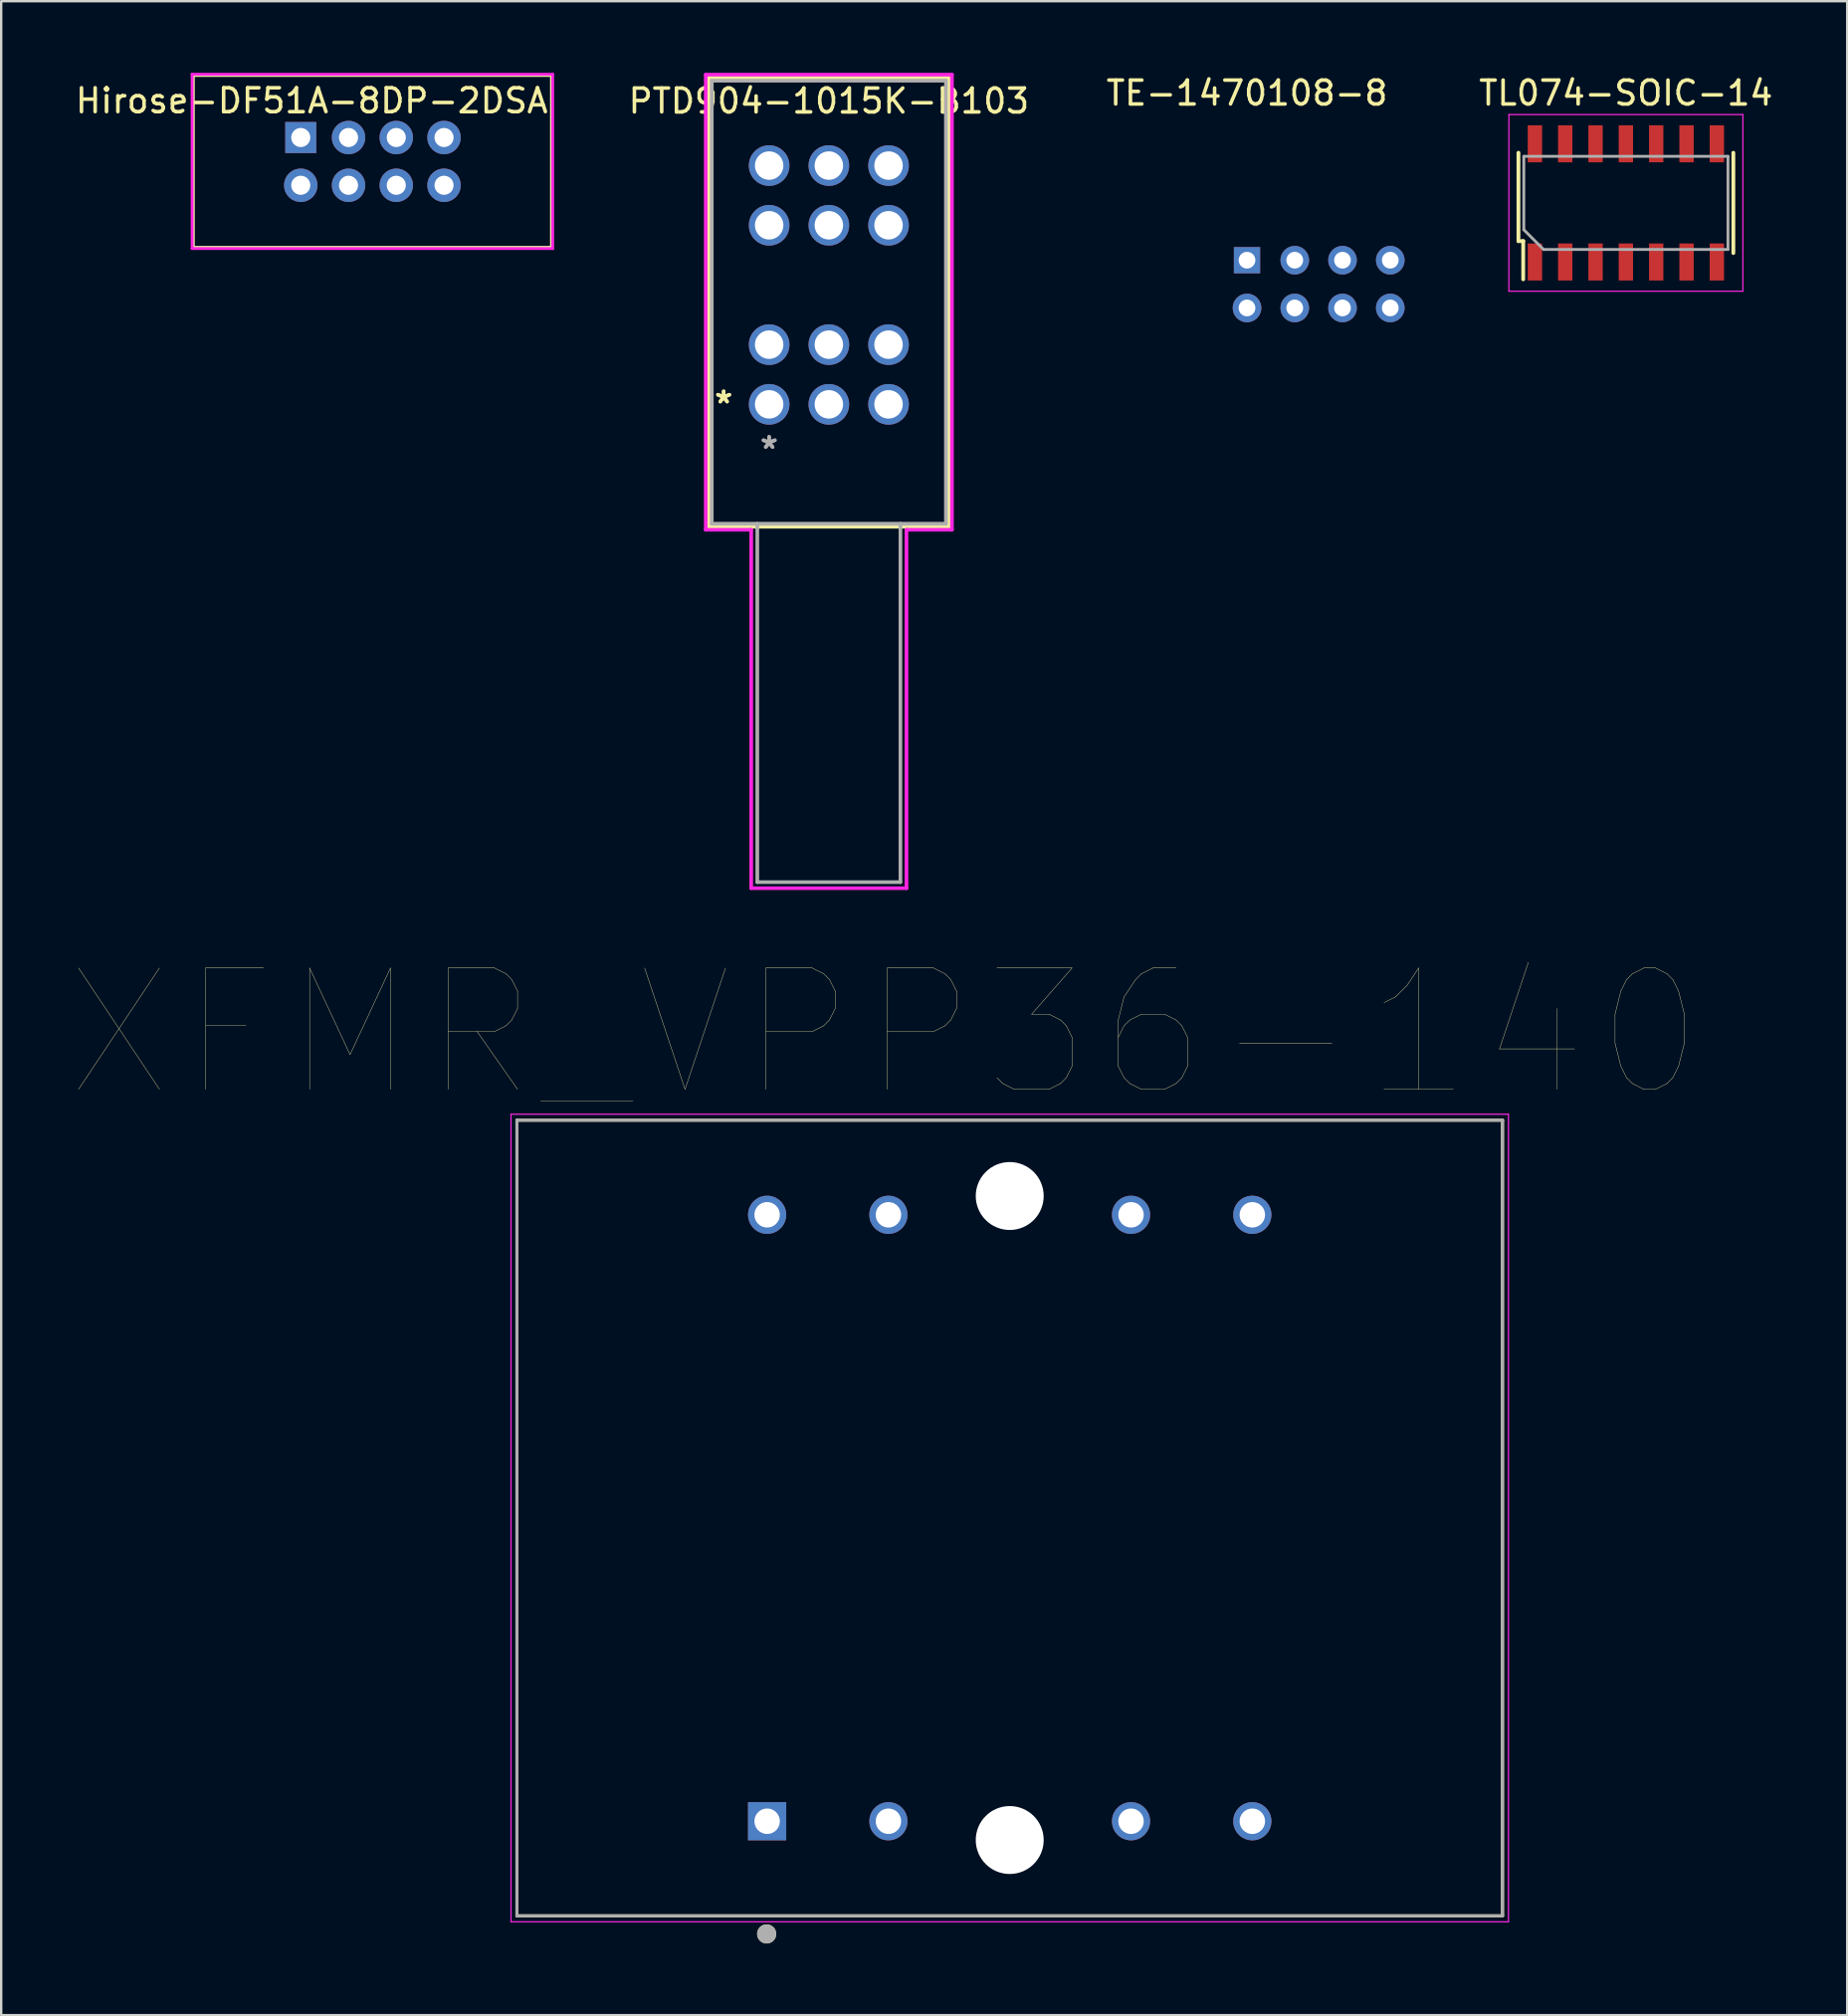
<source format=kicad_pcb>
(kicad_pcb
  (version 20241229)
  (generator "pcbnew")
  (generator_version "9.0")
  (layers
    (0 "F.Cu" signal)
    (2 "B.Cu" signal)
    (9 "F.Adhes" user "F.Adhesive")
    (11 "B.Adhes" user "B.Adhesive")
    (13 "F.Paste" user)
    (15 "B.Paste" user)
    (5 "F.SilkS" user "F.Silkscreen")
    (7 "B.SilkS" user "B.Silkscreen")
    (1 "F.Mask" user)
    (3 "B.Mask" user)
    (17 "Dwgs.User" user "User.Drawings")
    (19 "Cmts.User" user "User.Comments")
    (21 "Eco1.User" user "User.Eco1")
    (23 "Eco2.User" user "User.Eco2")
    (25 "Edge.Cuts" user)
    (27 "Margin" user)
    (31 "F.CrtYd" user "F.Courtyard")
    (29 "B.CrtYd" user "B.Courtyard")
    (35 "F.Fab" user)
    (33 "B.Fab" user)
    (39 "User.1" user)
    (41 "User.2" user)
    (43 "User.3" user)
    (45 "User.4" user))
  (footprint "XFMR_VPP36-140"
    (layer "F.Cu")
    (at 39.237 60.53)
    (property "Reference" "XFMR_VPP36-140" (at -5.251 -20.306 0) (layer "F.SilkS") (effects (font (size 5.08 5.08) (thickness 0.015))))
    (attr through_hole)
    (fp_line (start -20.637 -16.662) (end 20.637 -16.662) (stroke (width 0.127) (type solid)) (layer "F.SilkS"))
    (fp_line (start -20.637 16.662) (end -20.637 -16.662) (stroke (width 0.127) (type solid)) (layer "F.SilkS"))
    (fp_line (start 20.637 -16.662) (end 20.637 16.662) (stroke (width 0.127) (type solid)) (layer "F.SilkS"))
    (fp_line (start 20.637 16.662) (end -20.637 16.662) (stroke (width 0.127) (type solid)) (layer "F.SilkS"))
    (fp_circle (center -10.18 17.42) (end -9.98 17.42) (stroke (width 0.4) (type solid)) (fill no) (layer "F.SilkS"))
    (fp_line (start -20.887 -16.912) (end 20.887 -16.912) (stroke (width 0.05) (type solid)) (layer "F.CrtYd"))
    (fp_line (start -20.887 16.912) (end -20.887 -16.912) (stroke (width 0.05) (type solid)) (layer "F.CrtYd"))
    (fp_line (start 20.887 -16.912) (end 20.887 16.912) (stroke (width 0.05) (type solid)) (layer "F.CrtYd"))
    (fp_line (start 20.887 16.912) (end -20.887 16.912) (stroke (width 0.05) (type solid)) (layer "F.CrtYd"))
    (fp_line (start -20.637 -16.662) (end 20.637 -16.662) (stroke (width 0.127) (type solid)) (layer "F.Fab"))
    (fp_line (start -20.637 16.662) (end -20.637 -16.662) (stroke (width 0.127) (type solid)) (layer "F.Fab"))
    (fp_line (start 20.637 -16.662) (end 20.637 16.662) (stroke (width 0.127) (type solid)) (layer "F.Fab"))
    (fp_line (start 20.637 16.662) (end -20.637 16.662) (stroke (width 0.127) (type solid)) (layer "F.Fab"))
    (fp_circle (center -10.18 17.42) (end -9.98 17.42) (stroke (width 0.4) (type solid)) (fill no) (layer "F.Fab"))
    (pad "" np_thru_hole circle (at 0 -13.487) (size 2.845 2.845) (drill 2.845) (layers "*.Cu" "*.Mask"))
    (pad "" np_thru_hole circle (at 0 13.487) (size 2.845 2.845) (drill 2.845) (layers "*.Cu" "*.Mask"))
    (pad "1" thru_hole rect (at -10.16 12.7) (size 1.6 1.6) (drill 1.067) (layers "*.Cu" "*.Mask"))
    (pad "3" thru_hole circle (at -5.08 12.7) (size 1.6 1.6) (drill 1.067) (layers "*.Cu" "*.Mask"))
    (pad "4" thru_hole circle (at 5.08 12.7) (size 1.6 1.6) (drill 1.067) (layers "*.Cu" "*.Mask"))
    (pad "6" thru_hole circle (at 10.16 12.7) (size 1.6 1.6) (drill 1.067) (layers "*.Cu" "*.Mask"))
    (pad "7" thru_hole circle (at -10.16 -12.7) (size 1.6 1.6) (drill 1.067) (layers "*.Cu" "*.Mask"))
    (pad "9" thru_hole circle (at -5.08 -12.7) (size 1.6 1.6) (drill 1.067) (layers "*.Cu" "*.Mask"))
    (pad "10" thru_hole circle (at 5.08 -12.7) (size 1.6 1.6) (drill 1.067) (layers "*.Cu" "*.Mask"))
    (pad "12" thru_hole circle (at 10.16 -12.7) (size 1.6 1.6) (drill 1.067) (layers "*.Cu" "*.Mask")))
  (footprint "PTD904-1015K-B103"
    (layer "F.Cu")
    (at 29.162 3.885)
    (property "Reference" "PTD904-1015K-B103" (at 2.5 -2.704 0) (layer "F.SilkS") (effects (font (size 1 1) (thickness 0.15))))
    (attr through_hole)
    (fp_line (start -2.529 -3.682) (end -2.529 15.127) (stroke (width 0.152) (type solid)) (layer "F.SilkS"))
    (fp_line (start -2.529 15.127) (end 7.529 15.127) (stroke (width 0.152) (type solid)) (layer "F.SilkS"))
    (fp_line (start 7.529 -3.682) (end -2.529 -3.682) (stroke (width 0.152) (type solid)) (layer "F.SilkS"))
    (fp_line (start 7.529 15.127) (end 7.529 -3.682) (stroke (width 0.152) (type solid)) (layer "F.SilkS"))
    (fp_line (start -2.656 -3.808) (end -2.656 15.254) (stroke (width 0.152) (type solid)) (layer "F.CrtYd"))
    (fp_line (start -2.656 15.254) (end -0.751 15.254) (stroke (width 0.152) (type solid)) (layer "F.CrtYd"))
    (fp_line (start -0.751 15.254) (end -0.751 30.266) (stroke (width 0.152) (type solid)) (layer "F.CrtYd"))
    (fp_line (start -0.751 30.266) (end 5.751 30.266) (stroke (width 0.152) (type solid)) (layer "F.CrtYd"))
    (fp_line (start 5.751 15.254) (end 7.656 15.254) (stroke (width 0.152) (type solid)) (layer "F.CrtYd"))
    (fp_line (start 5.751 30.266) (end 5.751 15.254) (stroke (width 0.152) (type solid)) (layer "F.CrtYd"))
    (fp_line (start 7.656 -3.808) (end -2.656 -3.808) (stroke (width 0.152) (type solid)) (layer "F.CrtYd"))
    (fp_line (start 7.656 15.254) (end 7.656 -3.808) (stroke (width 0.152) (type solid)) (layer "F.CrtYd"))
    (fp_line (start -2.402 -3.554) (end -2.402 15) (stroke (width 0.152) (type solid)) (layer "F.Fab"))
    (fp_line (start -2.402 15) (end 7.402 15) (stroke (width 0.152) (type solid)) (layer "F.Fab"))
    (fp_line (start -0.497 15) (end -0.497 30.012) (stroke (width 0.152) (type solid)) (layer "F.Fab"))
    (fp_line (start -0.497 30.012) (end 5.497 30.012) (stroke (width 0.152) (type solid)) (layer "F.Fab"))
    (fp_line (start 5.497 15) (end 5.497 30.012) (stroke (width 0.152) (type solid)) (layer "F.Fab"))
    (fp_line (start 7.402 -3.554) (end -2.402 -3.554) (stroke (width 0.152) (type solid)) (layer "F.Fab"))
    (fp_line (start 7.402 15) (end 7.402 -3.554) (stroke (width 0.152) (type solid)) (layer "F.Fab"))
    (fp_text user "*" (at -1.905 10 0) (layer "F.SilkS") (effects (font (size 1 1) (thickness 0.15))))
    (fp_text user "*" (at -1.905 10 0) (layer "F.SilkS") (effects (font (size 1 1) (thickness 0.15))))
    (fp_text user "Copyright 2016 Accelerated Designs. All rights reserved." (at 0 0 0) (layer "Cmts.User") (effects (font (size 0.127 0.127) (thickness 0.002))))
    (fp_text user "*" (at 0 11.905 0) (layer "F.Fab") (effects (font (size 1 1) (thickness 0.15))))
    (fp_text user "*" (at 0 11.905 0) (layer "F.Fab") (effects (font (size 1 1) (thickness 0.15))))
    (pad "R11" thru_hole circle (at 0 10) (size 1.702 1.702) (drill 1.194) (layers "*.Cu" "*.Mask"))
    (pad "R12" thru_hole circle (at 2.5 10) (size 1.702 1.702) (drill 1.194) (layers "*.Cu" "*.Mask"))
    (pad "R13" thru_hole circle (at 5 10) (size 1.702 1.702) (drill 1.194) (layers "*.Cu" "*.Mask"))
    (pad "R21" thru_hole circle (at 0 7.5) (size 1.702 1.702) (drill 1.194) (layers "*.Cu" "*.Mask"))
    (pad "R22" thru_hole circle (at 2.5 7.5) (size 1.702 1.702) (drill 1.194) (layers "*.Cu" "*.Mask"))
    (pad "R23" thru_hole circle (at 5 7.5) (size 1.702 1.702) (drill 1.194) (layers "*.Cu" "*.Mask"))
    (pad "R31" thru_hole circle (at 0 2.5) (size 1.702 1.702) (drill 1.194) (layers "*.Cu" "*.Mask"))
    (pad "R32" thru_hole circle (at 2.5 2.5) (size 1.702 1.702) (drill 1.194) (layers "*.Cu" "*.Mask"))
    (pad "R33" thru_hole circle (at 5 2.5) (size 1.702 1.702) (drill 1.194) (layers "*.Cu" "*.Mask"))
    (pad "R41" thru_hole circle (at 0 0) (size 1.702 1.702) (drill 1.194) (layers "*.Cu" "*.Mask"))
    (pad "R42" thru_hole circle (at 2.5 0) (size 1.702 1.702) (drill 1.194) (layers "*.Cu" "*.Mask"))
    (pad "R43" thru_hole circle (at 5 0) (size 1.702 1.702) (drill 1.194) (layers "*.Cu" "*.Mask")))
  (footprint "TE-1470108-8"
    (layer "F.Cu")
    (at 49.174 7.848)
    (property "Reference" "TE-1470108-8" (at 0 -7 0) (layer "F.SilkS") (effects (font (size 1 1) (thickness 0.15))))
    (attr through_hole)
    (pad "1" thru_hole rect (at 0 0) (size 1.1 1.1) (drill 0.7) (layers "*.Cu" "*.Mask"))
    (pad "2" thru_hole circle (at 0 2) (size 1.2 1.2) (drill 0.7) (layers "*.Cu" "*.Mask"))
    (pad "3" thru_hole circle (at 2 0) (size 1.2 1.2) (drill 0.7) (layers "*.Cu" "*.Mask"))
    (pad "4" thru_hole circle (at 2 2) (size 1.2 1.2) (drill 0.7) (layers "*.Cu" "*.Mask"))
    (pad "5" thru_hole circle (at 4 0) (size 1.2 1.2) (drill 0.7) (layers "*.Cu" "*.Mask"))
    (pad "6" thru_hole circle (at 4 2) (size 1.2 1.2) (drill 0.7) (layers "*.Cu" "*.Mask"))
    (pad "7" thru_hole circle (at 6 0) (size 1.2 1.2) (drill 0.7) (layers "*.Cu" "*.Mask"))
    (pad "8" thru_hole circle (at 6 2) (size 1.2 1.2) (drill 0.7) (layers "*.Cu" "*.Mask")))
  (footprint "TL074-SOIC-14"
    (layer "F.Cu")
    (at 65.042 5.448)
    (property "Reference" "TL074-SOIC-14" (at 0 -4.6 180) (layer "F.SilkS") (effects (font (size 1 1) (thickness 0.15))))
    (attr smd)
    (fp_line (start -4.5 -2.1) (end -4.5 1.6) (stroke (width 0.16) (type solid)) (layer "F.SilkS"))
    (fp_line (start -4.5 1.6) (end -4.3 1.6) (stroke (width 0.16) (type solid)) (layer "F.SilkS"))
    (fp_line (start -4.3 1.6) (end -4.3 3.2) (stroke (width 0.16) (type solid)) (layer "F.SilkS"))
    (fp_line (start 4.5 -2.1) (end 4.5 2.1) (stroke (width 0.16) (type solid)) (layer "F.SilkS"))
    (fp_line (start -4.9 -3.7) (end -4.9 3.7) (stroke (width 0.05) (type solid)) (layer "F.CrtYd"))
    (fp_line (start -4.9 3.7) (end 4.9 3.7) (stroke (width 0.05) (type solid)) (layer "F.CrtYd"))
    (fp_line (start 4.9 -3.7) (end -4.9 -3.7) (stroke (width 0.05) (type solid)) (layer "F.CrtYd"))
    (fp_line (start 4.9 3.7) (end 4.9 -3.7) (stroke (width 0.05) (type solid)) (layer "F.CrtYd"))
    (fp_line (start -4.275 -1.95) (end -4.275 1.125) (stroke (width 0.12) (type solid)) (layer "F.Fab"))
    (fp_line (start -4.275 -1.95) (end 4.275 -1.95) (stroke (width 0.12) (type solid)) (layer "F.Fab"))
    (fp_line (start -3.45 1.95) (end -4.275 1.125) (stroke (width 0.12) (type solid)) (layer "F.Fab"))
    (fp_line (start 4.275 -1.95) (end 4.275 1.95) (stroke (width 0.12) (type solid)) (layer "F.Fab"))
    (fp_line (start 4.275 1.95) (end -3.45 1.95) (stroke (width 0.12) (type solid)) (layer "F.Fab"))
    (pad "1" smd rect (at -3.81 2.475) (size 0.6 1.55) (layers "F.Cu" "F.Mask" "F.Paste"))
    (pad "2" smd rect (at -2.54 2.475) (size 0.6 1.55) (layers "F.Cu" "F.Mask" "F.Paste"))
    (pad "3" smd rect (at -1.27 2.475) (size 0.6 1.55) (layers "F.Cu" "F.Mask" "F.Paste"))
    (pad "4" smd rect (at 0 2.475) (size 0.6 1.55) (layers "F.Cu" "F.Mask" "F.Paste"))
    (pad "5" smd rect (at 1.27 2.475) (size 0.6 1.55) (layers "F.Cu" "F.Mask" "F.Paste"))
    (pad "6" smd rect (at 2.54 2.475) (size 0.6 1.55) (layers "F.Cu" "F.Mask" "F.Paste"))
    (pad "7" smd rect (at 3.81 2.475) (size 0.6 1.55) (layers "F.Cu" "F.Mask" "F.Paste"))
    (pad "8" smd rect (at 3.81 -2.475) (size 0.6 1.55) (layers "F.Cu" "F.Mask" "F.Paste"))
    (pad "9" smd rect (at 2.54 -2.475) (size 0.6 1.55) (layers "F.Cu" "F.Mask" "F.Paste"))
    (pad "10" smd rect (at 1.27 -2.475) (size 0.6 1.55) (layers "F.Cu" "F.Mask" "F.Paste"))
    (pad "11" smd rect (at 0 -2.475) (size 0.6 1.55) (layers "F.Cu" "F.Mask" "F.Paste"))
    (pad "12" smd rect (at -1.27 -2.475) (size 0.6 1.55) (layers "F.Cu" "F.Mask" "F.Paste"))
    (pad "13" smd rect (at -2.54 -2.475) (size 0.6 1.55) (layers "F.Cu" "F.Mask" "F.Paste"))
    (pad "14" smd rect (at -3.81 -2.475) (size 0.6 1.55) (layers "F.Cu" "F.Mask" "F.Paste")))
  (footprint "Hirose-DF51A-8DP-2DSA"
    (layer "F.Cu")
    (at 12.546 3.71)
    (property "Reference" "Hirose-DF51A-8DP-2DSA" (at -2.54 -2.54 0) (layer "F.SilkS") (effects (font (size 1 1) (thickness 0.15))))
    (attr through_hole)
    (fp_line (start -7.5 -3.6) (end 7.5 -3.6) (stroke (width 0.12) (type solid)) (layer "F.SilkS"))
    (fp_line (start -7.5 3.6) (end -7.5 -3.6) (stroke (width 0.12) (type solid)) (layer "F.SilkS"))
    (fp_line (start 7.5 -3.6) (end 7.5 3.6) (stroke (width 0.12) (type solid)) (layer "F.SilkS"))
    (fp_line (start 7.5 3.6) (end -7.5 3.6) (stroke (width 0.12) (type solid)) (layer "F.SilkS"))
    (fp_line (start -7.55 3.65) (end -7.55 -3.65) (stroke (width 0.12) (type solid)) (layer "F.CrtYd"))
    (fp_line (start -7.55 3.65) (end 7.55 3.65) (stroke (width 0.12) (type solid)) (layer "F.CrtYd"))
    (fp_line (start 7.55 -3.65) (end -7.55 -3.65) (stroke (width 0.12) (type solid)) (layer "F.CrtYd"))
    (fp_line (start 7.55 -3.65) (end 7.55 3.65) (stroke (width 0.12) (type solid)) (layer "F.CrtYd"))
    (pad "1" thru_hole rect (at -3 -1) (size 1.3 1.3) (drill 0.8) (layers "*.Cu" "*.Mask"))
    (pad "2" thru_hole circle (at -1 -1) (size 1.4 1.4) (drill 0.8) (layers "*.Cu" "*.Mask"))
    (pad "3" thru_hole circle (at 1 -1) (size 1.4 1.4) (drill 0.8) (layers "*.Cu" "*.Mask"))
    (pad "4" thru_hole circle (at 3 -1) (size 1.4 1.4) (drill 0.8) (layers "*.Cu" "*.Mask"))
    (pad "5" thru_hole circle (at -3 1) (size 1.4 1.4) (drill 0.8) (layers "*.Cu" "*.Mask"))
    (pad "6" thru_hole circle (at -1 1) (size 1.4 1.4) (drill 0.8) (layers "*.Cu" "*.Mask"))
    (pad "7" thru_hole circle (at 1 1) (size 1.4 1.4) (drill 0.8) (layers "*.Cu" "*.Mask"))
    (pad "8" thru_hole circle (at 3 1) (size 1.4 1.4) (drill 0.8) (layers "*.Cu" "*.Mask")))
  (gr_rect
    (start -3 -3)
    (end 74.31 81.35)
    (stroke (width 0.1) (type default))
    (fill no)
    (layer "Edge.Cuts")))
</source>
